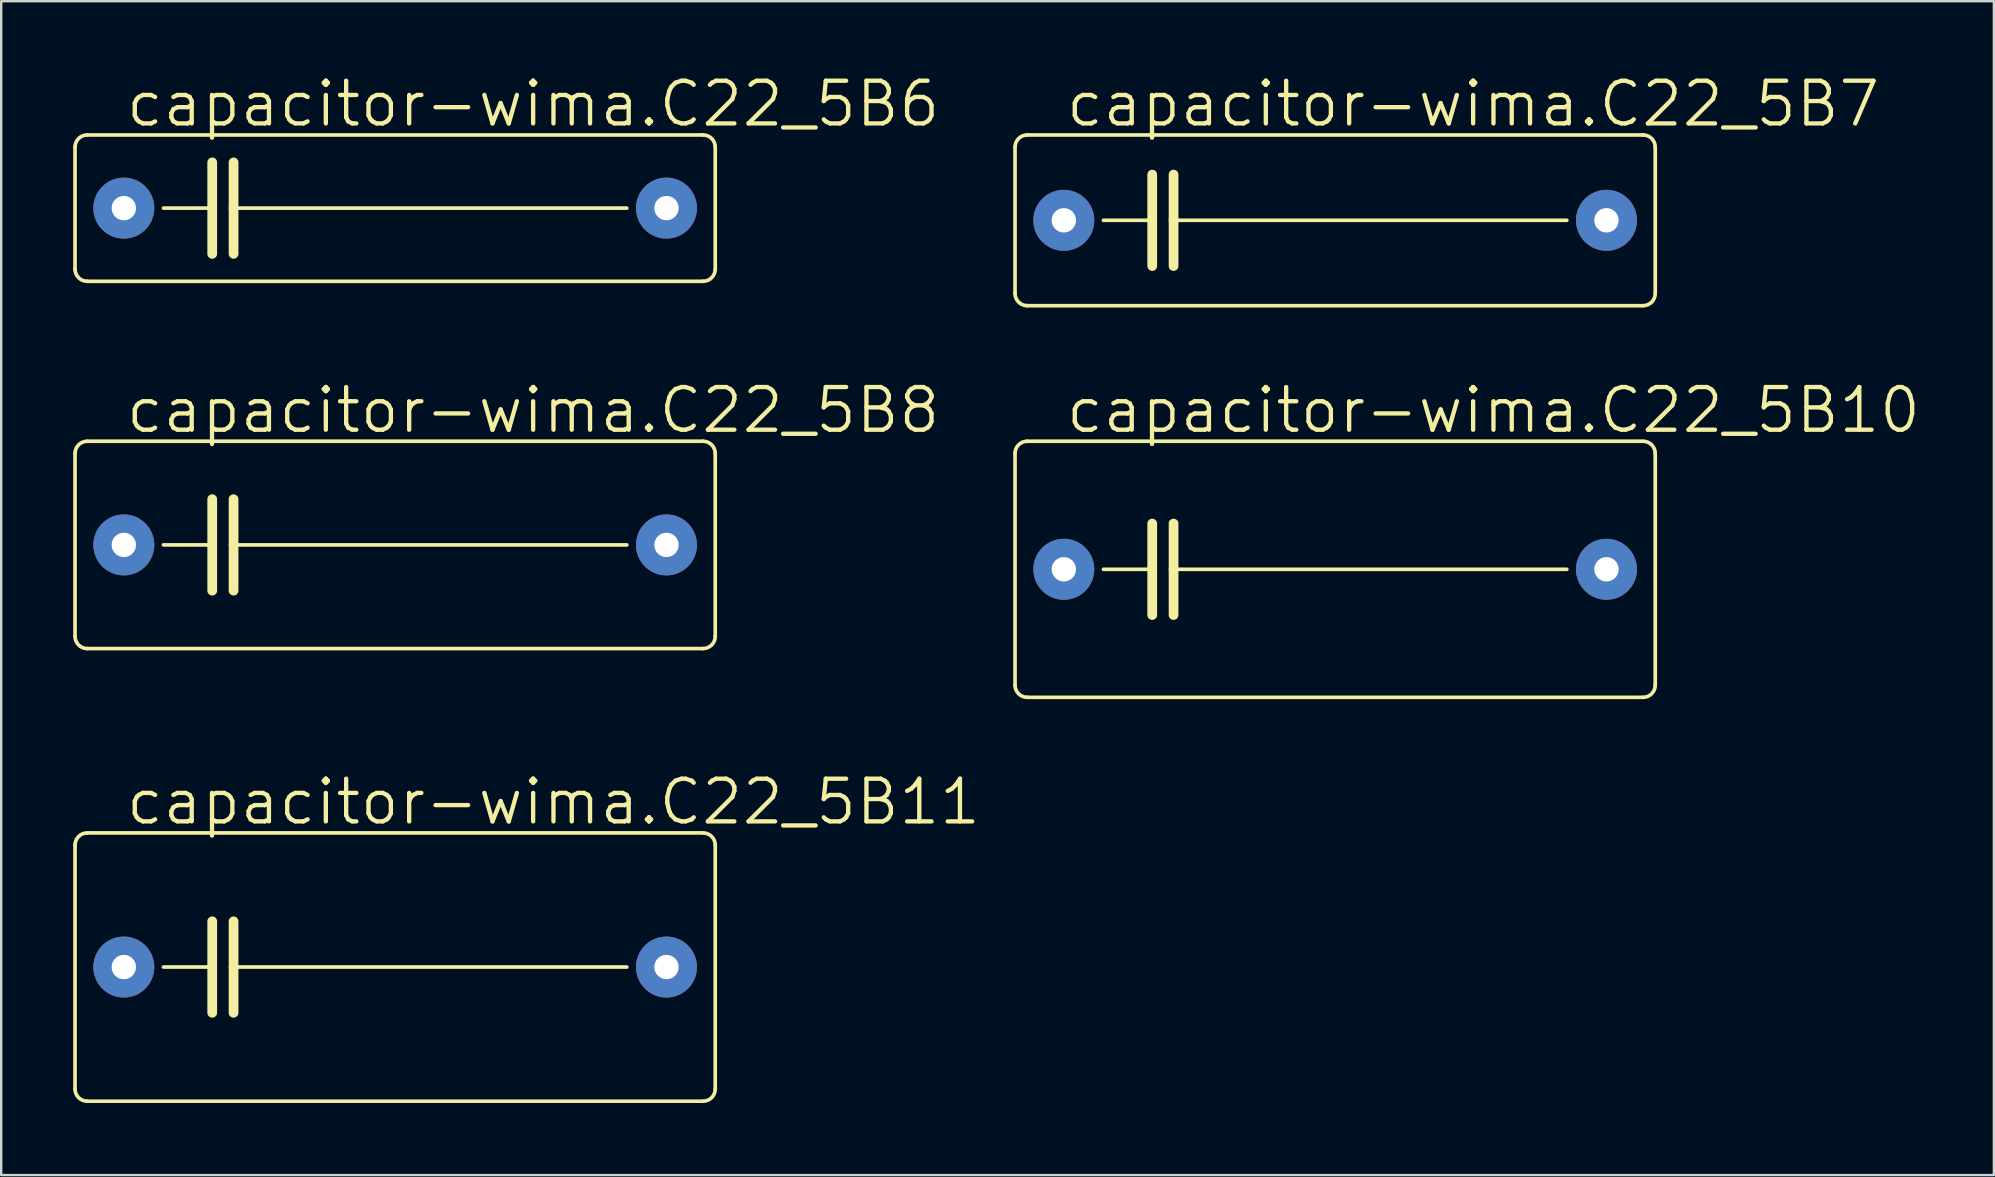
<source format=kicad_pcb>
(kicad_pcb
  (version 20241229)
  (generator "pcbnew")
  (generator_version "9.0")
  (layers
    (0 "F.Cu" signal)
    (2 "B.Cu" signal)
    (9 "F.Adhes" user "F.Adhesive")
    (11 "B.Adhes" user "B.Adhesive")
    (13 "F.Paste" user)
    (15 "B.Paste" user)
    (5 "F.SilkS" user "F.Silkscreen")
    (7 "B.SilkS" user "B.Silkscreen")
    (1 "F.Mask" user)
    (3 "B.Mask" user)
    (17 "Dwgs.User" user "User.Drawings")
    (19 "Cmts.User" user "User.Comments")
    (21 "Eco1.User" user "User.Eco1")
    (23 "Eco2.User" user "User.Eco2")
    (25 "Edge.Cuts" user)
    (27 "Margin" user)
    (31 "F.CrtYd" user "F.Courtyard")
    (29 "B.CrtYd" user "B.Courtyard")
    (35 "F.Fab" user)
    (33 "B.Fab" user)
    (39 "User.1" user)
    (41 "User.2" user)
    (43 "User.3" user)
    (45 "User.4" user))
  (footprint "capacitor-wima.C22_5B6"
    (layer "F.Cu")
    (at 13.411 5.62)
    (property "Reference" "capacitor-wima.C22_5B6" (at -11.303 -3.302 0) (layer "F.SilkS") (effects (font (size 1.778 1.778) (thickness 0.18)) (justify left bottom)))
    (attr through_hole)
    (fp_line (start -13.335 2.54) (end -13.335 -2.54) (stroke (width 0.152) (type default)) (layer "F.SilkS"))
    (fp_line (start -12.827 -3.048) (end 12.827 -3.048) (stroke (width 0.152) (type default)) (layer "F.SilkS"))
    (fp_line (start -9.652 0) (end -7.62 0) (stroke (width 0.152) (type default)) (layer "F.SilkS"))
    (fp_line (start -7.62 -1.905) (end -7.62 0) (stroke (width 0.406) (type default)) (layer "F.SilkS"))
    (fp_line (start -7.62 0) (end -7.62 1.905) (stroke (width 0.406) (type default)) (layer "F.SilkS"))
    (fp_line (start -6.731 -1.905) (end -6.731 0) (stroke (width 0.406) (type default)) (layer "F.SilkS"))
    (fp_line (start -6.731 0) (end -6.731 1.905) (stroke (width 0.406) (type default)) (layer "F.SilkS"))
    (fp_line (start -6.731 0) (end 9.652 0) (stroke (width 0.152) (type default)) (layer "F.SilkS"))
    (fp_line (start 12.827 3.048) (end -12.827 3.048) (stroke (width 0.152) (type default)) (layer "F.SilkS"))
    (fp_line (start 13.335 -2.54) (end 13.335 2.54) (stroke (width 0.152) (type default)) (layer "F.SilkS"))
    (fp_arc (start -13.335 -2.54) (mid -13.18621 -2.89921) (end -12.827 -3.048) (stroke (width 0.1524) (type default)) (layer "F.SilkS"))
    (fp_arc (start -12.827 3.048) (mid -13.18621 2.89921) (end -13.335 2.54) (stroke (width 0.1524) (type default)) (layer "F.SilkS"))
    (fp_arc (start 12.827 -3.048) (mid 13.18621 -2.89921) (end 13.335 -2.54) (stroke (width 0.1524) (type default)) (layer "F.SilkS"))
    (fp_arc (start 13.335 2.54) (mid 13.18621 2.89921) (end 12.827 3.048) (stroke (width 0.1524) (type default)) (layer "F.SilkS"))
    (pad "1" thru_hole circle (at -11.303 0) (size 2.54 2.54) (drill 1.016) (layers "*.Cu" "*.Mask"))
    (pad "2" thru_hole circle (at 11.303 0) (size 2.54 2.54) (drill 1.016) (layers "*.Cu" "*.Mask")))
  (footprint "capacitor-wima.C22_5B8"
    (layer "F.Cu")
    (at 13.411 19.65)
    (property "Reference" "capacitor-wima.C22_5B8" (at -11.303 -4.572 0) (layer "F.SilkS") (effects (font (size 1.778 1.778) (thickness 0.18)) (justify left bottom)))
    (attr through_hole)
    (fp_line (start -13.335 3.81) (end -13.335 -3.81) (stroke (width 0.152) (type default)) (layer "F.SilkS"))
    (fp_line (start -12.827 -4.318) (end 12.827 -4.318) (stroke (width 0.152) (type default)) (layer "F.SilkS"))
    (fp_line (start -9.652 0) (end -7.62 0) (stroke (width 0.152) (type default)) (layer "F.SilkS"))
    (fp_line (start -7.62 -1.905) (end -7.62 0) (stroke (width 0.406) (type default)) (layer "F.SilkS"))
    (fp_line (start -7.62 0) (end -7.62 1.905) (stroke (width 0.406) (type default)) (layer "F.SilkS"))
    (fp_line (start -6.731 -1.905) (end -6.731 0) (stroke (width 0.406) (type default)) (layer "F.SilkS"))
    (fp_line (start -6.731 0) (end -6.731 1.905) (stroke (width 0.406) (type default)) (layer "F.SilkS"))
    (fp_line (start -6.731 0) (end 9.652 0) (stroke (width 0.152) (type default)) (layer "F.SilkS"))
    (fp_line (start 12.827 4.318) (end -12.827 4.318) (stroke (width 0.152) (type default)) (layer "F.SilkS"))
    (fp_line (start 13.335 -3.81) (end 13.335 3.81) (stroke (width 0.152) (type default)) (layer "F.SilkS"))
    (fp_arc (start -13.335 -3.81) (mid -13.18621 -4.16921) (end -12.827 -4.318) (stroke (width 0.1524) (type default)) (layer "F.SilkS"))
    (fp_arc (start -12.827 4.318) (mid -13.18621 4.16921) (end -13.335 3.81) (stroke (width 0.1524) (type default)) (layer "F.SilkS"))
    (fp_arc (start 12.827 -4.318) (mid 13.18621 -4.16921) (end 13.335 -3.81) (stroke (width 0.1524) (type default)) (layer "F.SilkS"))
    (fp_arc (start 13.335 3.81) (mid 13.18621 4.16921) (end 12.827 4.318) (stroke (width 0.1524) (type default)) (layer "F.SilkS"))
    (pad "1" thru_hole circle (at -11.303 0) (size 2.54 2.54) (drill 1.016) (layers "*.Cu" "*.Mask"))
    (pad "2" thru_hole circle (at 11.303 0) (size 2.54 2.54) (drill 1.016) (layers "*.Cu" "*.Mask")))
  (footprint "capacitor-wima.C22_5B11"
    (layer "F.Cu")
    (at 13.411 37.236)
    (property "Reference" "capacitor-wima.C22_5B11" (at -11.303 -5.842 0) (layer "F.SilkS") (effects (font (size 1.778 1.778) (thickness 0.18)) (justify left bottom)))
    (attr through_hole)
    (fp_line (start -13.335 5.08) (end -13.335 -5.08) (stroke (width 0.152) (type default)) (layer "F.SilkS"))
    (fp_line (start -12.827 -5.588) (end 12.827 -5.588) (stroke (width 0.152) (type default)) (layer "F.SilkS"))
    (fp_line (start -9.652 0) (end -7.62 0) (stroke (width 0.152) (type default)) (layer "F.SilkS"))
    (fp_line (start -7.62 -1.905) (end -7.62 0) (stroke (width 0.406) (type default)) (layer "F.SilkS"))
    (fp_line (start -7.62 0) (end -7.62 1.905) (stroke (width 0.406) (type default)) (layer "F.SilkS"))
    (fp_line (start -6.731 -1.905) (end -6.731 0) (stroke (width 0.406) (type default)) (layer "F.SilkS"))
    (fp_line (start -6.731 0) (end -6.731 1.905) (stroke (width 0.406) (type default)) (layer "F.SilkS"))
    (fp_line (start -6.731 0) (end 9.652 0) (stroke (width 0.152) (type default)) (layer "F.SilkS"))
    (fp_line (start 12.827 5.588) (end -12.827 5.588) (stroke (width 0.152) (type default)) (layer "F.SilkS"))
    (fp_line (start 13.335 -5.08) (end 13.335 5.08) (stroke (width 0.152) (type default)) (layer "F.SilkS"))
    (fp_arc (start -13.335 -5.08) (mid -13.18621 -5.43921) (end -12.827 -5.588) (stroke (width 0.1524) (type default)) (layer "F.SilkS"))
    (fp_arc (start -12.827 5.588) (mid -13.18621 5.43921) (end -13.335 5.08) (stroke (width 0.1524) (type default)) (layer "F.SilkS"))
    (fp_arc (start 12.827 -5.588) (mid 13.18621 -5.43921) (end 13.335 -5.08) (stroke (width 0.1524) (type default)) (layer "F.SilkS"))
    (fp_arc (start 13.335 5.08) (mid 13.18621 5.43921) (end 12.827 5.588) (stroke (width 0.1524) (type default)) (layer "F.SilkS"))
    (pad "1" thru_hole circle (at -11.303 0) (size 2.54 2.54) (drill 1.016) (layers "*.Cu" "*.Mask"))
    (pad "2" thru_hole circle (at 11.303 0) (size 2.54 2.54) (drill 1.016) (layers "*.Cu" "*.Mask")))
  (footprint "capacitor-wima.C22_5B7"
    (layer "F.Cu")
    (at 52.57 6.128)
    (property "Reference" "capacitor-wima.C22_5B7" (at -11.303 -3.81 0) (layer "F.SilkS") (effects (font (size 1.778 1.778) (thickness 0.18)) (justify left bottom)))
    (attr through_hole)
    (fp_line (start -13.335 3.048) (end -13.335 -3.048) (stroke (width 0.152) (type default)) (layer "F.SilkS"))
    (fp_line (start -12.827 -3.556) (end 12.827 -3.556) (stroke (width 0.152) (type default)) (layer "F.SilkS"))
    (fp_line (start -9.652 0) (end -7.62 0) (stroke (width 0.152) (type default)) (layer "F.SilkS"))
    (fp_line (start -7.62 -1.905) (end -7.62 0) (stroke (width 0.406) (type default)) (layer "F.SilkS"))
    (fp_line (start -7.62 0) (end -7.62 1.905) (stroke (width 0.406) (type default)) (layer "F.SilkS"))
    (fp_line (start -6.731 -1.905) (end -6.731 0) (stroke (width 0.406) (type default)) (layer "F.SilkS"))
    (fp_line (start -6.731 0) (end -6.731 1.905) (stroke (width 0.406) (type default)) (layer "F.SilkS"))
    (fp_line (start -6.731 0) (end 9.652 0) (stroke (width 0.152) (type default)) (layer "F.SilkS"))
    (fp_line (start 12.827 3.556) (end -12.827 3.556) (stroke (width 0.152) (type default)) (layer "F.SilkS"))
    (fp_line (start 13.335 -3.048) (end 13.335 3.048) (stroke (width 0.152) (type default)) (layer "F.SilkS"))
    (fp_arc (start -13.335 -3.048) (mid -13.18621 -3.40721) (end -12.827 -3.556) (stroke (width 0.1524) (type default)) (layer "F.SilkS"))
    (fp_arc (start -12.827 3.556) (mid -13.18621 3.40721) (end -13.335 3.048) (stroke (width 0.1524) (type default)) (layer "F.SilkS"))
    (fp_arc (start 12.827 -3.556) (mid 13.18621 -3.40721) (end 13.335 -3.048) (stroke (width 0.1524) (type default)) (layer "F.SilkS"))
    (fp_arc (start 13.335 3.048) (mid 13.18621 3.40721) (end 12.827 3.556) (stroke (width 0.1524) (type default)) (layer "F.SilkS"))
    (pad "1" thru_hole circle (at -11.303 0) (size 2.54 2.54) (drill 1.016) (layers "*.Cu" "*.Mask"))
    (pad "2" thru_hole circle (at 11.303 0) (size 2.54 2.54) (drill 1.016) (layers "*.Cu" "*.Mask")))
  (footprint "capacitor-wima.C22_5B10"
    (layer "F.Cu")
    (at 52.57 20.666)
    (property "Reference" "capacitor-wima.C22_5B10" (at -11.303 -5.588 0) (layer "F.SilkS") (effects (font (size 1.778 1.778) (thickness 0.18)) (justify left bottom)))
    (attr through_hole)
    (fp_line (start -13.335 4.826) (end -13.335 -4.826) (stroke (width 0.152) (type default)) (layer "F.SilkS"))
    (fp_line (start -12.827 -5.334) (end 12.827 -5.334) (stroke (width 0.152) (type default)) (layer "F.SilkS"))
    (fp_line (start -9.652 0) (end -7.62 0) (stroke (width 0.152) (type default)) (layer "F.SilkS"))
    (fp_line (start -7.62 -1.905) (end -7.62 0) (stroke (width 0.406) (type default)) (layer "F.SilkS"))
    (fp_line (start -7.62 0) (end -7.62 1.905) (stroke (width 0.406) (type default)) (layer "F.SilkS"))
    (fp_line (start -6.731 -1.905) (end -6.731 0) (stroke (width 0.406) (type default)) (layer "F.SilkS"))
    (fp_line (start -6.731 0) (end -6.731 1.905) (stroke (width 0.406) (type default)) (layer "F.SilkS"))
    (fp_line (start -6.731 0) (end 9.652 0) (stroke (width 0.152) (type default)) (layer "F.SilkS"))
    (fp_line (start 12.827 5.334) (end -12.827 5.334) (stroke (width 0.152) (type default)) (layer "F.SilkS"))
    (fp_line (start 13.335 -4.826) (end 13.335 4.826) (stroke (width 0.152) (type default)) (layer "F.SilkS"))
    (fp_arc (start -13.335 -4.826) (mid -13.18621 -5.18521) (end -12.827 -5.334) (stroke (width 0.1524) (type default)) (layer "F.SilkS"))
    (fp_arc (start -12.827 5.334) (mid -13.18621 5.18521) (end -13.335 4.826) (stroke (width 0.1524) (type default)) (layer "F.SilkS"))
    (fp_arc (start 12.827 -5.334) (mid 13.18621 -5.18521) (end 13.335 -4.826) (stroke (width 0.1524) (type default)) (layer "F.SilkS"))
    (fp_arc (start 13.335 4.826) (mid 13.18621 5.18521) (end 12.827 5.334) (stroke (width 0.1524) (type default)) (layer "F.SilkS"))
    (pad "1" thru_hole circle (at -11.303 0) (size 2.54 2.54) (drill 1.016) (layers "*.Cu" "*.Mask"))
    (pad "2" thru_hole circle (at 11.303 0) (size 2.54 2.54) (drill 1.016) (layers "*.Cu" "*.Mask")))
  (gr_rect
    (start -3 -3)
    (end 80.012 45.901)
    (stroke (width 0.1) (type default))
    (fill no)
    (layer "Edge.Cuts")))
</source>
